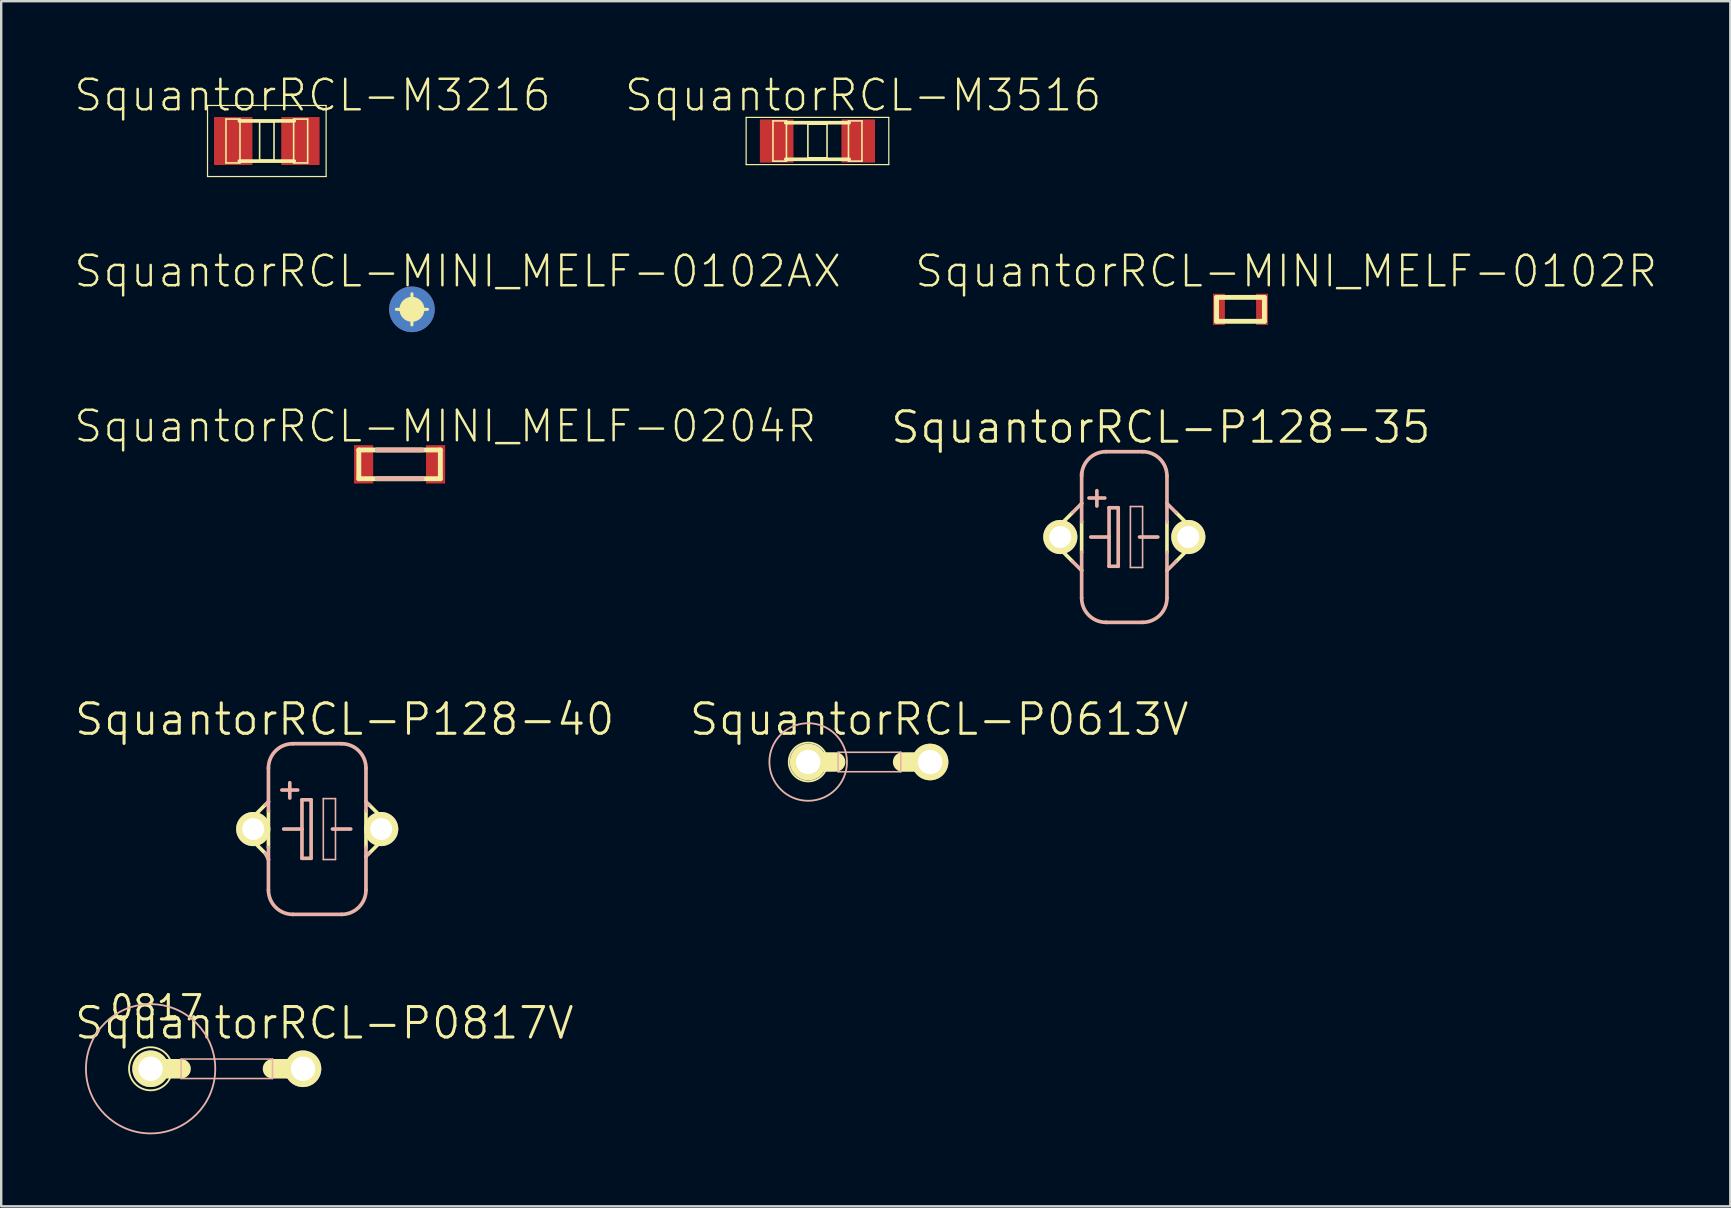
<source format=kicad_pcb>
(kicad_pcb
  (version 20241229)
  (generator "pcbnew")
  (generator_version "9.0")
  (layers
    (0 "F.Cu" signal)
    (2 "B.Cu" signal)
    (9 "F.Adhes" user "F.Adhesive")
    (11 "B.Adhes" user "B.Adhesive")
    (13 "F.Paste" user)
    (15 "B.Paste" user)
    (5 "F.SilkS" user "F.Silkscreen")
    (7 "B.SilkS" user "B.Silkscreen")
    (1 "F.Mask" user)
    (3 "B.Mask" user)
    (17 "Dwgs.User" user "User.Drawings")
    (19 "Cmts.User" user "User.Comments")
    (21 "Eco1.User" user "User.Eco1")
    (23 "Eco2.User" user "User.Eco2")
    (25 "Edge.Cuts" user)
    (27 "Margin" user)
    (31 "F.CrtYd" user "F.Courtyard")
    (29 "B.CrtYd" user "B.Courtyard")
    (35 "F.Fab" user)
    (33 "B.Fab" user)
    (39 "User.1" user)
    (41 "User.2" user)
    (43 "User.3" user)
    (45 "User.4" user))
  (footprint "SquantorRCL-P0613V"
    (layer "F.Cu")
    (at 33.169 28.705)
    (property "Reference" "SquantorRCL-P0613V" (at 2.921 -1.778 0) (layer "F.SilkS") (effects (font (size 1.27 1.27) (thickness 0.127))))
    (attr exclude_from_pos_files exclude_from_bom)
    (fp_line (start -2.54 0) (end -1.397 0) (stroke (width 0.813) (type solid)) (layer "F.SilkS"))
    (fp_line (start 2.54 0) (end 1.397 0) (stroke (width 0.813) (type solid)) (layer "F.SilkS"))
    (fp_circle (center -2.54 0) (end -3.111 0.572) (stroke (width 0.076) (type solid)) (fill no) (layer "F.SilkS"))
    (fp_line (start -1.293 -0.406) (end 1.321 -0.406) (stroke (width 0.066) (type solid)) (layer "B.SilkS"))
    (fp_line (start -1.293 0.406) (end -1.293 -0.406) (stroke (width 0.066) (type solid)) (layer "B.SilkS"))
    (fp_line (start -1.293 0.406) (end 1.321 0.406) (stroke (width 0.066) (type solid)) (layer "B.SilkS"))
    (fp_line (start 1.321 0.406) (end 1.321 -0.406) (stroke (width 0.066) (type solid)) (layer "B.SilkS"))
    (fp_circle (center -2.54 0) (end -3.683 1.143) (stroke (width 0.076) (type solid)) (fill no) (layer "B.SilkS"))
    (pad "1" thru_hole circle (at -2.54 0) (size 1.524 1.524) (drill 1.016) (layers "*.Cu" "F.Mask" "F.SilkS" "F.Paste"))
    (pad "2" thru_hole circle (at 2.54 0) (size 1.524 1.524) (drill 1.016) (layers "*.Cu" "F.Mask" "F.SilkS" "F.Paste")))
  (footprint "SquantorRCL-P128-40"
    (layer "F.Cu")
    (at 10.169 31.499)
    (property "Reference" "SquantorRCL-P128-40" (at 1.143 -4.572 0) (layer "F.SilkS") (effects (font (size 1.27 1.27) (thickness 0.127))))
    (attr exclude_from_pos_files exclude_from_bom)
    (fp_line (start -2.667 -0.508) (end -2.159 -1.016) (stroke (width 0.152) (type solid)) (layer "F.SilkS"))
    (fp_line (start -2.159 1.016) (end -2.667 0.508) (stroke (width 0.152) (type solid)) (layer "F.SilkS"))
    (fp_line (start -2.032 -0.762) (end -2.032 0.762) (stroke (width 0.152) (type solid)) (layer "F.SilkS"))
    (fp_line (start 2.032 -0.762) (end 2.032 0.762) (stroke (width 0.152) (type solid)) (layer "F.SilkS"))
    (fp_line (start 2.159 1.016) (end 2.667 0.508) (stroke (width 0.152) (type solid)) (layer "F.SilkS"))
    (fp_line (start 2.667 -0.508) (end 2.159 -1.016) (stroke (width 0.152) (type solid)) (layer "F.SilkS"))
    (fp_arc (start -2.667 0.508) (mid -3.175 0) (end -2.667 -0.508) (stroke (width 0.1524) (type solid)) (layer "F.SilkS"))
    (fp_arc (start 2.667 -0.508) (mid 3.175 0) (end 2.667 0.508) (stroke (width 0.1524) (type solid)) (layer "F.SilkS"))
    (fp_line (start -2.159 -1.016) (end -2.032 -1.143) (stroke (width 0.152) (type solid)) (layer "B.SilkS"))
    (fp_line (start -2.032 -2.54) (end -2.032 -1.143) (stroke (width 0.152) (type solid)) (layer "B.SilkS"))
    (fp_line (start -2.032 -1.143) (end -2.032 -0.762) (stroke (width 0.152) (type solid)) (layer "B.SilkS"))
    (fp_line (start -2.032 0.762) (end -2.032 1.27) (stroke (width 0.152) (type solid)) (layer "B.SilkS"))
    (fp_line (start -2.032 1.27) (end -2.159 1.016) (stroke (width 0.152) (type solid)) (layer "B.SilkS"))
    (fp_line (start -2.032 1.27) (end -2.032 2.54) (stroke (width 0.152) (type solid)) (layer "B.SilkS"))
    (fp_line (start -1.397 0) (end -0.635 0) (stroke (width 0.152) (type solid)) (layer "B.SilkS"))
    (fp_line (start -1.143 -1.93) (end -1.143 -1.293) (stroke (width 0.152) (type solid)) (layer "B.SilkS"))
    (fp_line (start -1.016 3.556) (end 1.016 3.556) (stroke (width 0.152) (type solid)) (layer "B.SilkS"))
    (fp_line (start -0.813 -1.626) (end -1.473 -1.626) (stroke (width 0.152) (type solid)) (layer "B.SilkS"))
    (fp_line (start -0.635 -1.219) (end -0.635 0) (stroke (width 0.152) (type solid)) (layer "B.SilkS"))
    (fp_line (start -0.635 0) (end -0.635 1.219) (stroke (width 0.152) (type solid)) (layer "B.SilkS"))
    (fp_line (start -0.635 1.219) (end -0.254 1.219) (stroke (width 0.152) (type solid)) (layer "B.SilkS"))
    (fp_line (start -0.254 -1.219) (end -0.635 -1.219) (stroke (width 0.152) (type solid)) (layer "B.SilkS"))
    (fp_line (start -0.254 1.219) (end -0.254 -1.219) (stroke (width 0.152) (type solid)) (layer "B.SilkS"))
    (fp_line (start 0.254 -1.27) (end 0.762 -1.27) (stroke (width 0.066) (type solid)) (layer "B.SilkS"))
    (fp_line (start 0.254 1.27) (end 0.254 -1.27) (stroke (width 0.066) (type solid)) (layer "B.SilkS"))
    (fp_line (start 0.254 1.27) (end 0.762 1.27) (stroke (width 0.066) (type solid)) (layer "B.SilkS"))
    (fp_line (start 0.635 0) (end 1.397 0) (stroke (width 0.152) (type solid)) (layer "B.SilkS"))
    (fp_line (start 0.762 1.27) (end 0.762 -1.27) (stroke (width 0.066) (type solid)) (layer "B.SilkS"))
    (fp_line (start 1.016 -3.556) (end -1.016 -3.556) (stroke (width 0.152) (type solid)) (layer "B.SilkS"))
    (fp_line (start 2.032 -2.54) (end 2.032 -1.143) (stroke (width 0.152) (type solid)) (layer "B.SilkS"))
    (fp_line (start 2.032 -1.143) (end 2.032 -0.762) (stroke (width 0.152) (type solid)) (layer "B.SilkS"))
    (fp_line (start 2.032 0.762) (end 2.032 1.143) (stroke (width 0.152) (type solid)) (layer "B.SilkS"))
    (fp_line (start 2.032 1.143) (end 2.032 2.54) (stroke (width 0.152) (type solid)) (layer "B.SilkS"))
    (fp_line (start 2.032 1.143) (end 2.159 1.016) (stroke (width 0.152) (type solid)) (layer "B.SilkS"))
    (fp_line (start 2.159 -1.016) (end 2.032 -1.143) (stroke (width 0.152) (type solid)) (layer "B.SilkS"))
    (fp_arc (start -2.032 -2.54) (mid -1.73442 -3.25842) (end -1.016 -3.556) (stroke (width 0.1524) (type solid)) (layer "B.SilkS"))
    (fp_arc (start -1.016 3.556) (mid -1.73442 3.25842) (end -2.032 2.54) (stroke (width 0.1524) (type solid)) (layer "B.SilkS"))
    (fp_arc (start 1.016 -3.556) (mid 1.73442 -3.25842) (end 2.032 -2.54) (stroke (width 0.1524) (type solid)) (layer "B.SilkS"))
    (fp_arc (start 2.032 2.54) (mid 1.73442 3.25842) (end 1.016 3.556) (stroke (width 0.1524) (type solid)) (layer "B.SilkS"))
    (pad "+" thru_hole circle (at -2.667 0) (size 1.422 1.422) (drill 0.914) (layers "*.Cu" "F.Mask" "F.SilkS" "F.Paste"))
    (pad "-" thru_hole circle (at 2.667 0) (size 1.422 1.422) (drill 0.914) (layers "*.Cu" "F.Mask" "F.SilkS" "F.Paste")))
  (footprint "SquantorRCL-MINI_MELF-0102R"
    (layer "F.Cu")
    (at 48.645 9.841)
    (property "Reference" "SquantorRCL-MINI_MELF-0102R" (at 1.905 -1.587 0) (layer "F.SilkS") (effects (font (size 1.27 1.27) (thickness 0.102))))
    (attr smd)
    (fp_line (start -0.998 -0.498) (end -0.998 0.498) (stroke (width 0.203) (type solid)) (layer "F.SilkS"))
    (fp_line (start -0.998 0.498) (end 0.998 0.498) (stroke (width 0.203) (type solid)) (layer "F.SilkS"))
    (fp_line (start 0.998 -0.498) (end -0.998 -0.498) (stroke (width 0.203) (type solid)) (layer "F.SilkS"))
    (fp_line (start 0.998 0.498) (end 0.998 -0.498) (stroke (width 0.203) (type solid)) (layer "F.SilkS"))
    (pad "1" smd rect (at -0.899 0) (size 0.498 1.298) (layers "F.Cu" "F.Mask" "F.Paste"))
    (pad "2" smd rect (at 0.899 0) (size 0.498 1.298) (layers "F.Cu" "F.Mask" "F.Paste")))
  (footprint "SquantorRCL-P128-35"
    (layer "F.Cu")
    (at 43.803 19.329)
    (property "Reference" "SquantorRCL-P128-35" (at 1.524 -4.572 0) (layer "F.SilkS") (effects (font (size 1.27 1.27) (thickness 0.127))))
    (attr exclude_from_pos_files exclude_from_bom)
    (fp_line (start -2.667 -0.508) (end -2.159 -1.016) (stroke (width 0.152) (type solid)) (layer "F.SilkS"))
    (fp_line (start -2.159 1.016) (end -2.667 0.508) (stroke (width 0.152) (type solid)) (layer "F.SilkS"))
    (fp_line (start -1.778 -0.635) (end -1.778 0.635) (stroke (width 0.152) (type solid)) (layer "F.SilkS"))
    (fp_line (start 1.778 -0.635) (end 1.778 0.635) (stroke (width 0.152) (type solid)) (layer "F.SilkS"))
    (fp_line (start 2.159 1.016) (end 2.667 0.508) (stroke (width 0.152) (type solid)) (layer "F.SilkS"))
    (fp_line (start 2.667 -0.508) (end 2.159 -1.016) (stroke (width 0.152) (type solid)) (layer "F.SilkS"))
    (fp_arc (start -2.667 0.508) (mid -3.175 0) (end -2.667 -0.508) (stroke (width 0.1524) (type solid)) (layer "F.SilkS"))
    (fp_arc (start 2.667 -0.508) (mid 3.175 0) (end 2.667 0.508) (stroke (width 0.1524) (type solid)) (layer "F.SilkS"))
    (fp_line (start -2.159 -1.016) (end -1.778 -1.397) (stroke (width 0.152) (type solid)) (layer "B.SilkS"))
    (fp_line (start -1.778 -2.667) (end -1.778 -1.397) (stroke (width 0.152) (type solid)) (layer "B.SilkS"))
    (fp_line (start -1.778 -1.397) (end -1.778 -0.635) (stroke (width 0.152) (type solid)) (layer "B.SilkS"))
    (fp_line (start -1.778 0.635) (end -1.778 1.397) (stroke (width 0.152) (type solid)) (layer "B.SilkS"))
    (fp_line (start -1.778 1.397) (end -2.159 1.016) (stroke (width 0.152) (type solid)) (layer "B.SilkS"))
    (fp_line (start -1.778 1.397) (end -1.778 2.54) (stroke (width 0.152) (type solid)) (layer "B.SilkS"))
    (fp_line (start -1.397 0) (end -0.635 0) (stroke (width 0.152) (type solid)) (layer "B.SilkS"))
    (fp_line (start -1.143 -1.93) (end -1.143 -1.293) (stroke (width 0.152) (type solid)) (layer "B.SilkS"))
    (fp_line (start -0.813 -1.626) (end -1.473 -1.626) (stroke (width 0.152) (type solid)) (layer "B.SilkS"))
    (fp_line (start -0.762 3.556) (end 0.762 3.556) (stroke (width 0.152) (type solid)) (layer "B.SilkS"))
    (fp_line (start -0.635 -1.219) (end -0.635 0) (stroke (width 0.152) (type solid)) (layer "B.SilkS"))
    (fp_line (start -0.635 0) (end -0.635 1.219) (stroke (width 0.152) (type solid)) (layer "B.SilkS"))
    (fp_line (start -0.635 1.219) (end -0.254 1.219) (stroke (width 0.152) (type solid)) (layer "B.SilkS"))
    (fp_line (start -0.254 -1.219) (end -0.635 -1.219) (stroke (width 0.152) (type solid)) (layer "B.SilkS"))
    (fp_line (start -0.254 1.219) (end -0.254 -1.219) (stroke (width 0.152) (type solid)) (layer "B.SilkS"))
    (fp_line (start 0.254 -1.27) (end 0.762 -1.27) (stroke (width 0.066) (type solid)) (layer "B.SilkS"))
    (fp_line (start 0.254 1.27) (end 0.254 -1.27) (stroke (width 0.066) (type solid)) (layer "B.SilkS"))
    (fp_line (start 0.254 1.27) (end 0.762 1.27) (stroke (width 0.066) (type solid)) (layer "B.SilkS"))
    (fp_line (start 0.635 0) (end 1.397 0) (stroke (width 0.152) (type solid)) (layer "B.SilkS"))
    (fp_line (start 0.762 -3.556) (end -0.762 -3.556) (stroke (width 0.152) (type solid)) (layer "B.SilkS"))
    (fp_line (start 0.762 1.27) (end 0.762 -1.27) (stroke (width 0.066) (type solid)) (layer "B.SilkS"))
    (fp_line (start 1.778 -2.54) (end 1.778 -1.397) (stroke (width 0.152) (type solid)) (layer "B.SilkS"))
    (fp_line (start 1.778 -1.397) (end 1.778 -0.635) (stroke (width 0.152) (type solid)) (layer "B.SilkS"))
    (fp_line (start 1.778 0.635) (end 1.778 1.397) (stroke (width 0.152) (type solid)) (layer "B.SilkS"))
    (fp_line (start 1.778 1.397) (end 1.778 2.54) (stroke (width 0.152) (type solid)) (layer "B.SilkS"))
    (fp_line (start 1.778 1.397) (end 2.159 1.016) (stroke (width 0.152) (type solid)) (layer "B.SilkS"))
    (fp_line (start 2.159 -1.016) (end 1.778 -1.397) (stroke (width 0.152) (type solid)) (layer "B.SilkS"))
    (fp_arc (start -1.778 -2.54) (mid -1.48042 -3.25842) (end -0.762 -3.556) (stroke (width 0.1524) (type solid)) (layer "B.SilkS"))
    (fp_arc (start -0.762 3.556) (mid -1.48042 3.25842) (end -1.778 2.54) (stroke (width 0.1524) (type solid)) (layer "B.SilkS"))
    (fp_arc (start 0.762 -3.556) (mid 1.48042 -3.25842) (end 1.778 -2.54) (stroke (width 0.1524) (type solid)) (layer "B.SilkS"))
    (fp_arc (start 1.778 2.54) (mid 1.48042 3.25842) (end 0.762 3.556) (stroke (width 0.1524) (type solid)) (layer "B.SilkS"))
    (pad "+" thru_hole circle (at -2.667 0) (size 1.422 1.422) (drill 0.914) (layers "*.Cu" "F.Mask" "F.SilkS" "F.Paste"))
    (pad "-" thru_hole circle (at 2.667 0) (size 1.422 1.422) (drill 0.914) (layers "*.Cu" "F.Mask" "F.SilkS" "F.Paste")))
  (footprint "SquantorRCL-P0817V"
    (layer "F.Cu")
    (at 8.306 41.489)
    (property "Reference" "SquantorRCL-P0817V" (at 2.159 -1.905 0) (layer "F.SilkS") (effects (font (size 1.27 1.27) (thickness 0.127))))
    (attr exclude_from_pos_files exclude_from_bom)
    (fp_line (start -3.81 0) (end -5.08 0) (stroke (width 0.813) (type solid)) (layer "F.SilkS"))
    (fp_line (start 1.27 0) (end 0 0) (stroke (width 0.813) (type solid)) (layer "F.SilkS"))
    (fp_circle (center -5.08 0) (end -5.715 0.635) (stroke (width 0.076) (type solid)) (fill no) (layer "F.SilkS"))
    (fp_line (start -3.81 -0.406) (end 0 -0.406) (stroke (width 0.066) (type solid)) (layer "B.SilkS"))
    (fp_line (start -3.81 0.406) (end -3.81 -0.406) (stroke (width 0.066) (type solid)) (layer "B.SilkS"))
    (fp_line (start -3.81 0.406) (end 0 0.406) (stroke (width 0.066) (type solid)) (layer "B.SilkS"))
    (fp_line (start 0 0.406) (end 0 -0.406) (stroke (width 0.066) (type solid)) (layer "B.SilkS"))
    (fp_circle (center -5.08 0) (end -6.985 1.905) (stroke (width 0.076) (type solid)) (fill no) (layer "B.SilkS"))
    (fp_text user "0817" (at -4.826 -2.54 0) (layer "F.SilkS") (effects (font (size 1.016 1.016) (thickness 0.127))))
    (pad "1" thru_hole circle (at -5.08 0) (size 1.524 1.524) (drill 1.016) (layers "*.Cu" "F.Mask" "F.SilkS" "F.Paste"))
    (pad "2" thru_hole circle (at 1.27 0) (size 1.524 1.524) (drill 1.016) (layers "*.Cu" "F.Mask" "F.SilkS" "F.Paste")))
  (footprint "SquantorRCL-M3216"
    (layer "F.Cu")
    (at 8.069 2.826)
    (property "Reference" "SquantorRCL-M3216" (at 1.905 -1.905 0) (layer "F.SilkS") (effects (font (size 1.27 1.27) (thickness 0.102))))
    (attr smd)
    (fp_line (start -2.471 -1.481) (end 2.471 -1.481) (stroke (width 0.051) (type solid)) (layer "F.SilkS"))
    (fp_line (start -2.471 1.481) (end -2.471 -1.481) (stroke (width 0.051) (type solid)) (layer "F.SilkS"))
    (fp_line (start -1.702 -0.914) (end -1.118 -0.914) (stroke (width 0.066) (type solid)) (layer "F.SilkS"))
    (fp_line (start -1.702 0.914) (end -1.702 -0.914) (stroke (width 0.066) (type solid)) (layer "F.SilkS"))
    (fp_line (start -1.702 0.914) (end -1.118 0.914) (stroke (width 0.066) (type solid)) (layer "F.SilkS"))
    (fp_line (start -1.118 0.914) (end -1.118 -0.914) (stroke (width 0.066) (type solid)) (layer "F.SilkS"))
    (fp_line (start -0.3 -0.8) (end 0.3 -0.8) (stroke (width 0.066) (type solid)) (layer "F.SilkS"))
    (fp_line (start -0.3 0.8) (end -0.3 -0.8) (stroke (width 0.066) (type solid)) (layer "F.SilkS"))
    (fp_line (start -0.3 0.8) (end 0.3 0.8) (stroke (width 0.066) (type solid)) (layer "F.SilkS"))
    (fp_line (start 0.3 0.8) (end 0.3 -0.8) (stroke (width 0.066) (type solid)) (layer "F.SilkS"))
    (fp_line (start 1.118 -0.914) (end 1.702 -0.914) (stroke (width 0.066) (type solid)) (layer "F.SilkS"))
    (fp_line (start 1.118 0.914) (end 1.118 -0.914) (stroke (width 0.066) (type solid)) (layer "F.SilkS"))
    (fp_line (start 1.118 0.914) (end 1.702 0.914) (stroke (width 0.066) (type solid)) (layer "F.SilkS"))
    (fp_line (start 1.143 -0.838) (end -1.143 -0.838) (stroke (width 0.152) (type solid)) (layer "F.SilkS"))
    (fp_line (start 1.143 0.838) (end -1.143 0.838) (stroke (width 0.152) (type solid)) (layer "F.SilkS"))
    (fp_line (start 1.702 0.914) (end 1.702 -0.914) (stroke (width 0.066) (type solid)) (layer "F.SilkS"))
    (fp_line (start 2.471 -1.481) (end 2.471 1.481) (stroke (width 0.051) (type solid)) (layer "F.SilkS"))
    (fp_line (start 2.471 1.481) (end -2.471 1.481) (stroke (width 0.051) (type solid)) (layer "F.SilkS"))
    (pad "1" smd rect (at -1.4 0) (size 1.598 1.999) (layers "F.Cu" "F.Mask" "F.Paste"))
    (pad "2" smd rect (at 1.4 0) (size 1.598 1.999) (layers "F.Cu" "F.Mask" "F.Paste")))
  (footprint "SquantorRCL-M3516"
    (layer "F.Cu")
    (at 31.016 2.826)
    (property "Reference" "SquantorRCL-M3516" (at 1.905 -1.905 0) (layer "F.SilkS") (effects (font (size 1.27 1.27) (thickness 0.102))))
    (attr smd)
    (fp_line (start -2.972 -0.983) (end 2.972 -0.983) (stroke (width 0.051) (type solid)) (layer "F.SilkS"))
    (fp_line (start -2.972 0.983) (end -2.972 -0.983) (stroke (width 0.051) (type solid)) (layer "F.SilkS"))
    (fp_line (start -1.854 -0.838) (end -1.293 -0.838) (stroke (width 0.066) (type solid)) (layer "F.SilkS"))
    (fp_line (start -1.854 0.838) (end -1.854 -0.838) (stroke (width 0.066) (type solid)) (layer "F.SilkS"))
    (fp_line (start -1.854 0.838) (end -1.293 0.838) (stroke (width 0.066) (type solid)) (layer "F.SilkS"))
    (fp_line (start -1.293 0.838) (end -1.293 -0.838) (stroke (width 0.066) (type solid)) (layer "F.SilkS"))
    (fp_line (start -0.399 -0.699) (end 0.399 -0.699) (stroke (width 0.066) (type solid)) (layer "F.SilkS"))
    (fp_line (start -0.399 0.699) (end -0.399 -0.699) (stroke (width 0.066) (type solid)) (layer "F.SilkS"))
    (fp_line (start -0.399 0.699) (end 0.399 0.699) (stroke (width 0.066) (type solid)) (layer "F.SilkS"))
    (fp_line (start 0.399 0.699) (end 0.399 -0.699) (stroke (width 0.066) (type solid)) (layer "F.SilkS"))
    (fp_line (start 1.293 -0.838) (end 1.854 -0.838) (stroke (width 0.066) (type solid)) (layer "F.SilkS"))
    (fp_line (start 1.293 0.838) (end 1.293 -0.838) (stroke (width 0.066) (type solid)) (layer "F.SilkS"))
    (fp_line (start 1.293 0.838) (end 1.854 0.838) (stroke (width 0.066) (type solid)) (layer "F.SilkS"))
    (fp_line (start 1.321 -0.762) (end -1.321 -0.762) (stroke (width 0.152) (type solid)) (layer "F.SilkS"))
    (fp_line (start 1.321 0.762) (end -1.321 0.762) (stroke (width 0.152) (type solid)) (layer "F.SilkS"))
    (fp_line (start 1.854 0.838) (end 1.854 -0.838) (stroke (width 0.066) (type solid)) (layer "F.SilkS"))
    (fp_line (start 2.972 -0.983) (end 2.972 0.983) (stroke (width 0.051) (type solid)) (layer "F.SilkS"))
    (fp_line (start 2.972 0.983) (end -2.972 0.983) (stroke (width 0.051) (type solid)) (layer "F.SilkS"))
    (pad "1" smd rect (at -1.699 0) (size 1.4 1.798) (layers "F.Cu" "F.Mask" "F.Paste"))
    (pad "2" smd rect (at 1.699 0) (size 1.4 1.798) (layers "F.Cu" "F.Mask" "F.Paste")))
  (footprint "SquantorRCL-MINI_MELF-0204R"
    (layer "F.Cu")
    (at 13.602 16.3)
    (property "Reference" "SquantorRCL-MINI_MELF-0204R" (at 1.905 -1.587 0) (layer "F.SilkS") (effects (font (size 1.27 1.27) (thickness 0.102))))
    (attr smd)
    (fp_line (start -1.699 -0.599) (end -1.699 0.599) (stroke (width 0.203) (type solid)) (layer "F.SilkS"))
    (fp_line (start -1.699 0.599) (end 1.699 0.599) (stroke (width 0.203) (type solid)) (layer "F.SilkS"))
    (fp_line (start 1.699 -0.599) (end -1.699 -0.599) (stroke (width 0.203) (type solid)) (layer "F.SilkS"))
    (fp_line (start 1.699 0.599) (end 1.699 -0.599) (stroke (width 0.203) (type solid)) (layer "F.SilkS"))
    (fp_line (start -0.937 0.599) (end 0.937 0.599) (stroke (width 0.203) (type solid)) (layer "B.SilkS"))
    (fp_line (start 0.937 -0.599) (end -0.937 -0.599) (stroke (width 0.203) (type solid)) (layer "B.SilkS"))
    (pad "1" smd rect (at -1.499 0) (size 0.798 1.598) (layers "F.Cu" "F.Mask" "F.Paste"))
    (pad "2" smd rect (at 1.499 0) (size 0.798 1.598) (layers "F.Cu" "F.Mask" "F.Paste")))
  (footprint "SquantorRCL-MINI_MELF-0102AX"
    (layer "F.Cu")
    (at 14.116 9.841)
    (property "Reference" "SquantorRCL-MINI_MELF-0102AX" (at 1.905 -1.587 0) (layer "F.SilkS") (effects (font (size 1.27 1.27) (thickness 0.102))))
    (attr smd)
    (fp_line (start -0.648 0) (end 0.648 0) (stroke (width 0.127) (type solid)) (layer "F.SilkS"))
    (fp_line (start 0 0.648) (end 0 -0.648) (stroke (width 0.127) (type solid)) (layer "F.SilkS"))
    (fp_circle (center 0 0) (end -0.323 0.323) (stroke (width 0.127) (type solid)) (fill no) (layer "F.SilkS"))
    (fp_circle (center 0 0) (end -0.3 0.3) (stroke (width 0) (type solid)) (fill yes) (layer "F.SilkS"))
    (fp_circle (center 0 0) (end -0.3 0.3) (stroke (width 0) (type solid)) (fill yes) (layer "F.SilkS"))
    (pad "1" smd circle (at 0 0) (size 1.9 1.9) (layers "F.Cu" "F.Mask" "F.Paste"))
    (pad "2" smd circle (at 0 0) (size 1.9 1.9) (layers "B.Cu" "B.Mask")))
  (gr_rect
    (start -3 -3)
    (end 69.057 47.221)
    (stroke (width 0.1) (type default))
    (fill no)
    (layer "Edge.Cuts")))
</source>
